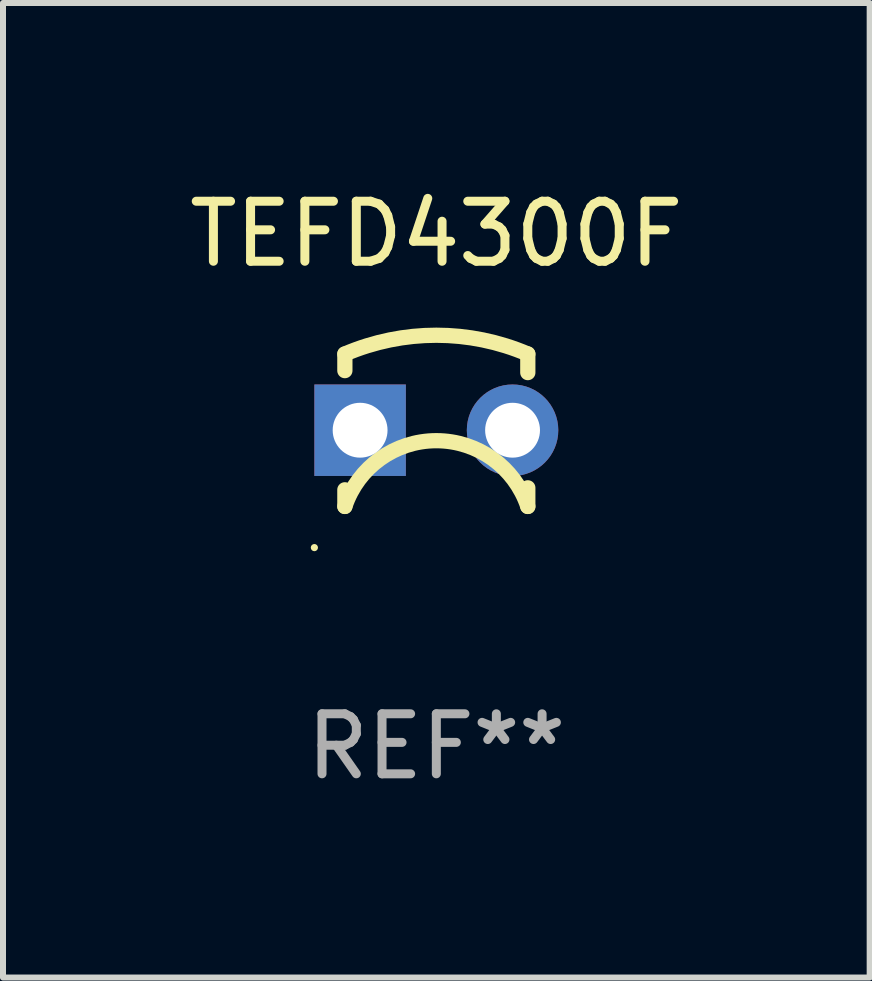
<source format=kicad_pcb>
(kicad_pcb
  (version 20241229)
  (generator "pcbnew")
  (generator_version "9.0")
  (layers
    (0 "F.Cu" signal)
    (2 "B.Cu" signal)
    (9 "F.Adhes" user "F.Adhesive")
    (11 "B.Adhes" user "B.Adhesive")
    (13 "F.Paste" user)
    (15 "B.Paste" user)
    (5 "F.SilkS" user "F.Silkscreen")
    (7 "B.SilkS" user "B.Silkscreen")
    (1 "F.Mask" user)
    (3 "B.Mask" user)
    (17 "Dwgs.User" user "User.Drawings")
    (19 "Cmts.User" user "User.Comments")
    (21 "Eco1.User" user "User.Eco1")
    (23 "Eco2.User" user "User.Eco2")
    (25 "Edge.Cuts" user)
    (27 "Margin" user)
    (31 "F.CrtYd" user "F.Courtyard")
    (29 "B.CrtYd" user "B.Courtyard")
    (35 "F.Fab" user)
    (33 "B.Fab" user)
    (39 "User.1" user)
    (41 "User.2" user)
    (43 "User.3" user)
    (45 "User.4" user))
  (footprint "TEFD4300F"
    (layer "F.Cu")
    (at 4.22 4.118)
    (property "Reference" "TEFD4300F" (at 0 -3.27 0) (layer "F.SilkS") (effects (font (size 1 1) (thickness 0.15))))
    (attr through_hole)
    (fp_line (start -1.524 -1.27) (end -1.524 -0.993) (stroke (width 0.254) (type solid)) (layer "F.SilkS"))
    (fp_line (start -1.524 0.993) (end -1.524 1.27) (stroke (width 0.254) (type solid)) (layer "F.SilkS"))
    (fp_line (start 1.524 -1.27) (end 1.524 -0.96) (stroke (width 0.254) (type solid)) (layer "F.SilkS"))
    (fp_line (start 1.524 0.96) (end 1.524 1.27) (stroke (width 0.254) (type solid)) (layer "F.SilkS"))
    (fp_arc (start -1.524003 -1.270003) (mid 0 -1.582468) (end 1.524004 -1.270003) (stroke (width 0.254001) (type solid)) (layer "F.SilkS"))
    (fp_arc (start -1.524003 1.270003) (mid 0 0.174511) (end 1.524003 1.270003) (stroke (width 0.254001) (type solid)) (layer "F.SilkS"))
    (fp_circle (center -2.032 1.956) (end -2.002 1.956) (stroke (width 0.06) (type solid)) (fill no) (layer "F.SilkS"))
    (fp_text user "REF**" (at 0 5.27 0) (layer "F.Fab") (effects (font (size 1 1) (thickness 0.15))))
    (pad "1" thru_hole rect (at -1.27 0) (size 1.524 1.524) (drill 0.914) (layers "*.Cu" "*.Mask"))
    (pad "2" thru_hole circle (at 1.27 0) (size 1.524 1.524) (drill 0.914) (layers "*.Cu" "*.Mask")))
  (gr_rect
    (start -3 -3)
    (end 11.44 13.237)
    (stroke (width 0.1) (type default))
    (fill no)
    (layer "Edge.Cuts")))
</source>
